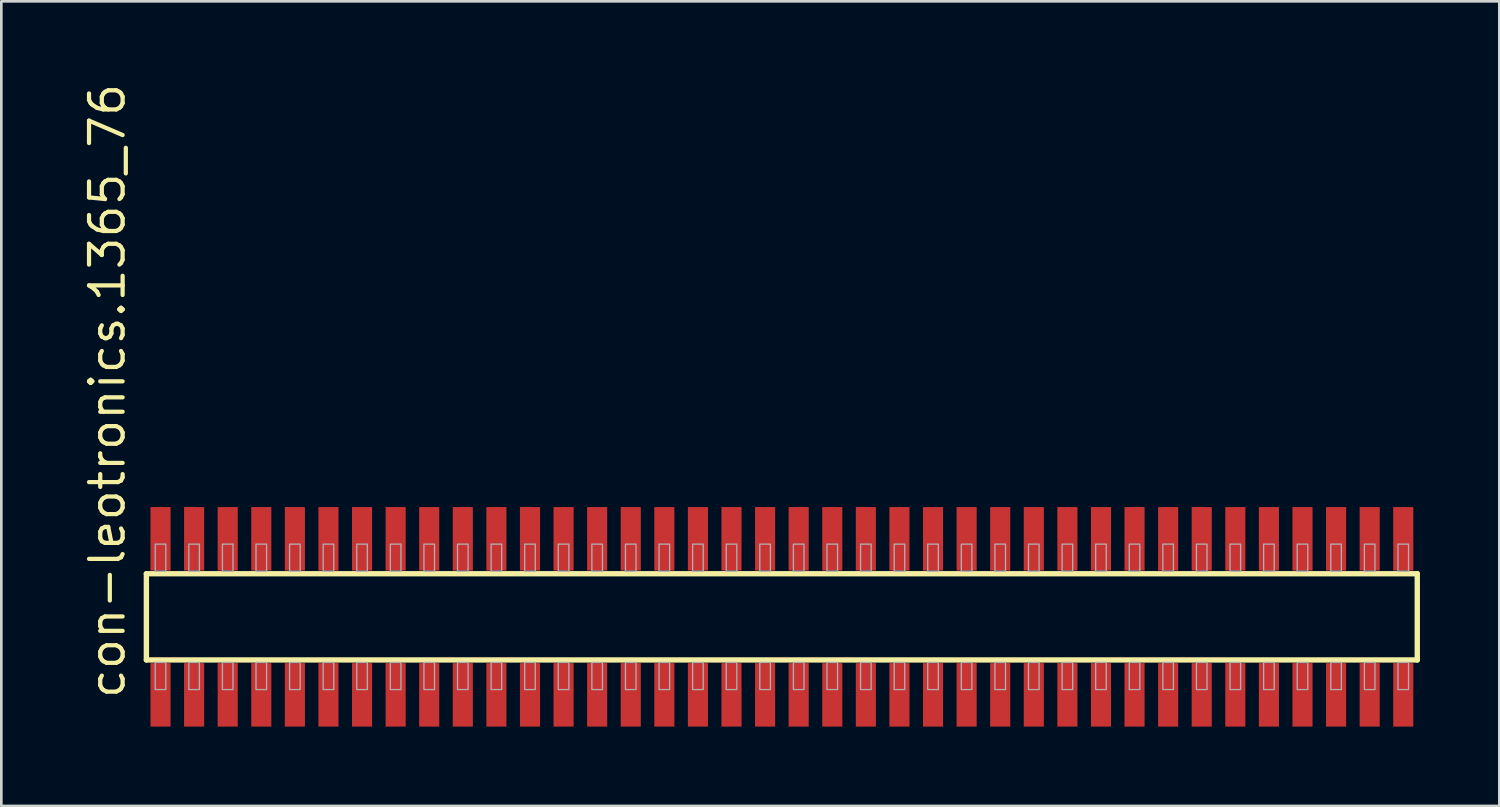
<source format=kicad_pcb>
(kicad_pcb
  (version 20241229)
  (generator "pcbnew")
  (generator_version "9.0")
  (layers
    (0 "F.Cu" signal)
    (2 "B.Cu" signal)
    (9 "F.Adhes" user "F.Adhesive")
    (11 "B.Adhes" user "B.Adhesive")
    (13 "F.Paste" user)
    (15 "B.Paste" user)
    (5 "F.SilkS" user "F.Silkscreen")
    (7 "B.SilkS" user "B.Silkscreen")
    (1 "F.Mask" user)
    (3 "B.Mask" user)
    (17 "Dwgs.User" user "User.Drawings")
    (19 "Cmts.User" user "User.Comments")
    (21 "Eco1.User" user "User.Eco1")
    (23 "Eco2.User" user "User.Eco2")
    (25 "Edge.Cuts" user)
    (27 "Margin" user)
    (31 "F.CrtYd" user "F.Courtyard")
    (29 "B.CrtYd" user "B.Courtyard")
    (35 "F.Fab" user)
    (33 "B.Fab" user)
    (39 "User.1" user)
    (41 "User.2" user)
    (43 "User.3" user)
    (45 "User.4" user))
  (footprint "con-leotronics.1365_76"
    (layer "F.Cu")
    (at 26.515 20.274)
    (property "Reference" "con-leotronics.1365_76" (at -24.765 3.175 90) (layer "F.SilkS") (effects (font (size 1.27 1.27) (thickness 0.16)) (justify left bottom)))
    (attr smd)
    (fp_line (start -24.03 -1.63) (end 24.025 -1.63) (stroke (width 0.203) (type default)) (layer "F.SilkS"))
    (fp_line (start -24.03 1.63) (end -24.03 -1.63) (stroke (width 0.203) (type default)) (layer "F.SilkS"))
    (fp_line (start 24.025 -1.63) (end 24.025 1.63) (stroke (width 0.203) (type default)) (layer "F.SilkS"))
    (fp_line (start 24.025 1.63) (end -24.03 1.63) (stroke (width 0.203) (type default)) (layer "F.SilkS"))
    (fp_rect (start -23.695 -1.725) (end -23.295 -2.75) (stroke (width 0.05) (type default)) (fill no) (layer "F.Fab"))
    (fp_rect (start -23.695 2.75) (end -23.295 1.725) (stroke (width 0.05) (type default)) (fill no) (layer "F.Fab"))
    (fp_rect (start -22.425 -1.725) (end -22.025 -2.75) (stroke (width 0.05) (type default)) (fill no) (layer "F.Fab"))
    (fp_rect (start -22.425 2.75) (end -22.025 1.725) (stroke (width 0.05) (type default)) (fill no) (layer "F.Fab"))
    (fp_rect (start -21.155 -1.725) (end -20.755 -2.75) (stroke (width 0.05) (type default)) (fill no) (layer "F.Fab"))
    (fp_rect (start -21.155 2.75) (end -20.755 1.725) (stroke (width 0.05) (type default)) (fill no) (layer "F.Fab"))
    (fp_rect (start -19.885 -1.725) (end -19.485 -2.75) (stroke (width 0.05) (type default)) (fill no) (layer "F.Fab"))
    (fp_rect (start -19.885 2.75) (end -19.485 1.725) (stroke (width 0.05) (type default)) (fill no) (layer "F.Fab"))
    (fp_rect (start -18.615 -1.725) (end -18.215 -2.75) (stroke (width 0.05) (type default)) (fill no) (layer "F.Fab"))
    (fp_rect (start -18.615 2.75) (end -18.215 1.725) (stroke (width 0.05) (type default)) (fill no) (layer "F.Fab"))
    (fp_rect (start -17.345 -1.725) (end -16.945 -2.75) (stroke (width 0.05) (type default)) (fill no) (layer "F.Fab"))
    (fp_rect (start -17.345 2.75) (end -16.945 1.725) (stroke (width 0.05) (type default)) (fill no) (layer "F.Fab"))
    (fp_rect (start -16.075 -1.725) (end -15.675 -2.75) (stroke (width 0.05) (type default)) (fill no) (layer "F.Fab"))
    (fp_rect (start -16.075 2.75) (end -15.675 1.725) (stroke (width 0.05) (type default)) (fill no) (layer "F.Fab"))
    (fp_rect (start -14.805 -1.725) (end -14.405 -2.75) (stroke (width 0.05) (type default)) (fill no) (layer "F.Fab"))
    (fp_rect (start -14.805 2.75) (end -14.405 1.725) (stroke (width 0.05) (type default)) (fill no) (layer "F.Fab"))
    (fp_rect (start -13.535 -1.725) (end -13.135 -2.75) (stroke (width 0.05) (type default)) (fill no) (layer "F.Fab"))
    (fp_rect (start -13.535 2.75) (end -13.135 1.725) (stroke (width 0.05) (type default)) (fill no) (layer "F.Fab"))
    (fp_rect (start -12.265 -1.725) (end -11.865 -2.75) (stroke (width 0.05) (type default)) (fill no) (layer "F.Fab"))
    (fp_rect (start -12.265 2.75) (end -11.865 1.725) (stroke (width 0.05) (type default)) (fill no) (layer "F.Fab"))
    (fp_rect (start -10.995 -1.725) (end -10.595 -2.75) (stroke (width 0.05) (type default)) (fill no) (layer "F.Fab"))
    (fp_rect (start -10.995 2.75) (end -10.595 1.725) (stroke (width 0.05) (type default)) (fill no) (layer "F.Fab"))
    (fp_rect (start -9.725 -1.725) (end -9.325 -2.75) (stroke (width 0.05) (type default)) (fill no) (layer "F.Fab"))
    (fp_rect (start -9.725 2.75) (end -9.325 1.725) (stroke (width 0.05) (type default)) (fill no) (layer "F.Fab"))
    (fp_rect (start -8.455 -1.725) (end -8.055 -2.75) (stroke (width 0.05) (type default)) (fill no) (layer "F.Fab"))
    (fp_rect (start -8.455 2.75) (end -8.055 1.725) (stroke (width 0.05) (type default)) (fill no) (layer "F.Fab"))
    (fp_rect (start -7.185 -1.725) (end -6.785 -2.75) (stroke (width 0.05) (type default)) (fill no) (layer "F.Fab"))
    (fp_rect (start -7.185 2.75) (end -6.785 1.725) (stroke (width 0.05) (type default)) (fill no) (layer "F.Fab"))
    (fp_rect (start -5.915 -1.725) (end -5.515 -2.75) (stroke (width 0.05) (type default)) (fill no) (layer "F.Fab"))
    (fp_rect (start -5.915 2.75) (end -5.515 1.725) (stroke (width 0.05) (type default)) (fill no) (layer "F.Fab"))
    (fp_rect (start -4.645 -1.725) (end -4.245 -2.75) (stroke (width 0.05) (type default)) (fill no) (layer "F.Fab"))
    (fp_rect (start -4.645 2.75) (end -4.245 1.725) (stroke (width 0.05) (type default)) (fill no) (layer "F.Fab"))
    (fp_rect (start -3.375 -1.725) (end -2.975 -2.75) (stroke (width 0.05) (type default)) (fill no) (layer "F.Fab"))
    (fp_rect (start -3.375 2.75) (end -2.975 1.725) (stroke (width 0.05) (type default)) (fill no) (layer "F.Fab"))
    (fp_rect (start -2.105 -1.725) (end -1.705 -2.75) (stroke (width 0.05) (type default)) (fill no) (layer "F.Fab"))
    (fp_rect (start -2.105 2.75) (end -1.705 1.725) (stroke (width 0.05) (type default)) (fill no) (layer "F.Fab"))
    (fp_rect (start -0.835 -1.725) (end -0.435 -2.75) (stroke (width 0.05) (type default)) (fill no) (layer "F.Fab"))
    (fp_rect (start -0.835 2.75) (end -0.435 1.725) (stroke (width 0.05) (type default)) (fill no) (layer "F.Fab"))
    (fp_rect (start 0.435 -1.725) (end 0.835 -2.75) (stroke (width 0.05) (type default)) (fill no) (layer "F.Fab"))
    (fp_rect (start 0.435 2.75) (end 0.835 1.725) (stroke (width 0.05) (type default)) (fill no) (layer "F.Fab"))
    (fp_rect (start 1.705 -1.725) (end 2.105 -2.75) (stroke (width 0.05) (type default)) (fill no) (layer "F.Fab"))
    (fp_rect (start 1.705 2.75) (end 2.105 1.725) (stroke (width 0.05) (type default)) (fill no) (layer "F.Fab"))
    (fp_rect (start 2.975 -1.725) (end 3.375 -2.75) (stroke (width 0.05) (type default)) (fill no) (layer "F.Fab"))
    (fp_rect (start 2.975 2.75) (end 3.375 1.725) (stroke (width 0.05) (type default)) (fill no) (layer "F.Fab"))
    (fp_rect (start 4.245 -1.725) (end 4.645 -2.75) (stroke (width 0.05) (type default)) (fill no) (layer "F.Fab"))
    (fp_rect (start 4.245 2.75) (end 4.645 1.725) (stroke (width 0.05) (type default)) (fill no) (layer "F.Fab"))
    (fp_rect (start 5.515 -1.725) (end 5.915 -2.75) (stroke (width 0.05) (type default)) (fill no) (layer "F.Fab"))
    (fp_rect (start 5.515 2.75) (end 5.915 1.725) (stroke (width 0.05) (type default)) (fill no) (layer "F.Fab"))
    (fp_rect (start 6.785 -1.725) (end 7.185 -2.75) (stroke (width 0.05) (type default)) (fill no) (layer "F.Fab"))
    (fp_rect (start 6.785 2.75) (end 7.185 1.725) (stroke (width 0.05) (type default)) (fill no) (layer "F.Fab"))
    (fp_rect (start 8.055 -1.725) (end 8.455 -2.75) (stroke (width 0.05) (type default)) (fill no) (layer "F.Fab"))
    (fp_rect (start 8.055 2.75) (end 8.455 1.725) (stroke (width 0.05) (type default)) (fill no) (layer "F.Fab"))
    (fp_rect (start 9.325 -1.725) (end 9.725 -2.75) (stroke (width 0.05) (type default)) (fill no) (layer "F.Fab"))
    (fp_rect (start 9.325 2.75) (end 9.725 1.725) (stroke (width 0.05) (type default)) (fill no) (layer "F.Fab"))
    (fp_rect (start 10.595 -1.725) (end 10.995 -2.75) (stroke (width 0.05) (type default)) (fill no) (layer "F.Fab"))
    (fp_rect (start 10.595 2.75) (end 10.995 1.725) (stroke (width 0.05) (type default)) (fill no) (layer "F.Fab"))
    (fp_rect (start 11.865 -1.725) (end 12.265 -2.75) (stroke (width 0.05) (type default)) (fill no) (layer "F.Fab"))
    (fp_rect (start 11.865 2.75) (end 12.265 1.725) (stroke (width 0.05) (type default)) (fill no) (layer "F.Fab"))
    (fp_rect (start 13.135 -1.725) (end 13.535 -2.75) (stroke (width 0.05) (type default)) (fill no) (layer "F.Fab"))
    (fp_rect (start 13.135 2.75) (end 13.535 1.725) (stroke (width 0.05) (type default)) (fill no) (layer "F.Fab"))
    (fp_rect (start 14.405 -1.725) (end 14.805 -2.75) (stroke (width 0.05) (type default)) (fill no) (layer "F.Fab"))
    (fp_rect (start 14.405 2.75) (end 14.805 1.725) (stroke (width 0.05) (type default)) (fill no) (layer "F.Fab"))
    (fp_rect (start 15.675 -1.725) (end 16.075 -2.75) (stroke (width 0.05) (type default)) (fill no) (layer "F.Fab"))
    (fp_rect (start 15.675 2.75) (end 16.075 1.725) (stroke (width 0.05) (type default)) (fill no) (layer "F.Fab"))
    (fp_rect (start 16.945 -1.725) (end 17.345 -2.75) (stroke (width 0.05) (type default)) (fill no) (layer "F.Fab"))
    (fp_rect (start 16.945 2.75) (end 17.345 1.725) (stroke (width 0.05) (type default)) (fill no) (layer "F.Fab"))
    (fp_rect (start 18.215 -1.725) (end 18.615 -2.75) (stroke (width 0.05) (type default)) (fill no) (layer "F.Fab"))
    (fp_rect (start 18.215 2.75) (end 18.615 1.725) (stroke (width 0.05) (type default)) (fill no) (layer "F.Fab"))
    (fp_rect (start 19.485 -1.725) (end 19.885 -2.75) (stroke (width 0.05) (type default)) (fill no) (layer "F.Fab"))
    (fp_rect (start 19.485 2.75) (end 19.885 1.725) (stroke (width 0.05) (type default)) (fill no) (layer "F.Fab"))
    (fp_rect (start 20.755 -1.725) (end 21.155 -2.75) (stroke (width 0.05) (type default)) (fill no) (layer "F.Fab"))
    (fp_rect (start 20.755 2.75) (end 21.155 1.725) (stroke (width 0.05) (type default)) (fill no) (layer "F.Fab"))
    (fp_rect (start 22.025 -1.725) (end 22.425 -2.75) (stroke (width 0.05) (type default)) (fill no) (layer "F.Fab"))
    (fp_rect (start 22.025 2.75) (end 22.425 1.725) (stroke (width 0.05) (type default)) (fill no) (layer "F.Fab"))
    (fp_rect (start 23.295 -1.725) (end 23.695 -2.75) (stroke (width 0.05) (type default)) (fill no) (layer "F.Fab"))
    (fp_rect (start 23.295 2.75) (end 23.695 1.725) (stroke (width 0.05) (type default)) (fill no) (layer "F.Fab"))
    (pad "1" smd roundrect (at -23.495 2.95) (size 0.76 2.4) (layers "F.Cu" "F.Mask" "F.Paste") (roundrect_rratio 0.01))
    (pad "2" smd roundrect (at -23.495 -2.95) (size 0.76 2.4) (layers "F.Cu" "F.Mask" "F.Paste") (roundrect_rratio 0.01))
    (pad "3" smd roundrect (at -22.225 2.95) (size 0.76 2.4) (layers "F.Cu" "F.Mask" "F.Paste") (roundrect_rratio 0.01))
    (pad "4" smd roundrect (at -22.225 -2.95) (size 0.76 2.4) (layers "F.Cu" "F.Mask" "F.Paste") (roundrect_rratio 0.01))
    (pad "5" smd roundrect (at -20.955 2.95) (size 0.76 2.4) (layers "F.Cu" "F.Mask" "F.Paste") (roundrect_rratio 0.01))
    (pad "6" smd roundrect (at -20.955 -2.95) (size 0.76 2.4) (layers "F.Cu" "F.Mask" "F.Paste") (roundrect_rratio 0.01))
    (pad "7" smd roundrect (at -19.685 2.95) (size 0.76 2.4) (layers "F.Cu" "F.Mask" "F.Paste") (roundrect_rratio 0.01))
    (pad "8" smd roundrect (at -19.685 -2.95) (size 0.76 2.4) (layers "F.Cu" "F.Mask" "F.Paste") (roundrect_rratio 0.01))
    (pad "9" smd roundrect (at -18.415 2.95) (size 0.76 2.4) (layers "F.Cu" "F.Mask" "F.Paste") (roundrect_rratio 0.01))
    (pad "10" smd roundrect (at -18.415 -2.95) (size 0.76 2.4) (layers "F.Cu" "F.Mask" "F.Paste") (roundrect_rratio 0.01))
    (pad "11" smd roundrect (at -17.145 2.95) (size 0.76 2.4) (layers "F.Cu" "F.Mask" "F.Paste") (roundrect_rratio 0.01))
    (pad "12" smd roundrect (at -17.145 -2.95) (size 0.76 2.4) (layers "F.Cu" "F.Mask" "F.Paste") (roundrect_rratio 0.01))
    (pad "13" smd roundrect (at -15.875 2.95) (size 0.76 2.4) (layers "F.Cu" "F.Mask" "F.Paste") (roundrect_rratio 0.01))
    (pad "14" smd roundrect (at -15.875 -2.95) (size 0.76 2.4) (layers "F.Cu" "F.Mask" "F.Paste") (roundrect_rratio 0.01))
    (pad "15" smd roundrect (at -14.605 2.95) (size 0.76 2.4) (layers "F.Cu" "F.Mask" "F.Paste") (roundrect_rratio 0.01))
    (pad "16" smd roundrect (at -14.605 -2.95) (size 0.76 2.4) (layers "F.Cu" "F.Mask" "F.Paste") (roundrect_rratio 0.01))
    (pad "17" smd roundrect (at -13.335 2.95) (size 0.76 2.4) (layers "F.Cu" "F.Mask" "F.Paste") (roundrect_rratio 0.01))
    (pad "18" smd roundrect (at -13.335 -2.95) (size 0.76 2.4) (layers "F.Cu" "F.Mask" "F.Paste") (roundrect_rratio 0.01))
    (pad "19" smd roundrect (at -12.065 2.95) (size 0.76 2.4) (layers "F.Cu" "F.Mask" "F.Paste") (roundrect_rratio 0.01))
    (pad "20" smd roundrect (at -12.065 -2.95) (size 0.76 2.4) (layers "F.Cu" "F.Mask" "F.Paste") (roundrect_rratio 0.01))
    (pad "21" smd roundrect (at -10.795 2.95) (size 0.76 2.4) (layers "F.Cu" "F.Mask" "F.Paste") (roundrect_rratio 0.01))
    (pad "22" smd roundrect (at -10.795 -2.95) (size 0.76 2.4) (layers "F.Cu" "F.Mask" "F.Paste") (roundrect_rratio 0.01))
    (pad "23" smd roundrect (at -9.525 2.95) (size 0.76 2.4) (layers "F.Cu" "F.Mask" "F.Paste") (roundrect_rratio 0.01))
    (pad "24" smd roundrect (at -9.525 -2.95) (size 0.76 2.4) (layers "F.Cu" "F.Mask" "F.Paste") (roundrect_rratio 0.01))
    (pad "25" smd roundrect (at -8.255 2.95) (size 0.76 2.4) (layers "F.Cu" "F.Mask" "F.Paste") (roundrect_rratio 0.01))
    (pad "26" smd roundrect (at -8.255 -2.95) (size 0.76 2.4) (layers "F.Cu" "F.Mask" "F.Paste") (roundrect_rratio 0.01))
    (pad "27" smd roundrect (at -6.985 2.95) (size 0.76 2.4) (layers "F.Cu" "F.Mask" "F.Paste") (roundrect_rratio 0.01))
    (pad "28" smd roundrect (at -6.985 -2.95) (size 0.76 2.4) (layers "F.Cu" "F.Mask" "F.Paste") (roundrect_rratio 0.01))
    (pad "29" smd roundrect (at -5.715 2.95) (size 0.76 2.4) (layers "F.Cu" "F.Mask" "F.Paste") (roundrect_rratio 0.01))
    (pad "30" smd roundrect (at -5.715 -2.95) (size 0.76 2.4) (layers "F.Cu" "F.Mask" "F.Paste") (roundrect_rratio 0.01))
    (pad "31" smd roundrect (at -4.445 2.95) (size 0.76 2.4) (layers "F.Cu" "F.Mask" "F.Paste") (roundrect_rratio 0.01))
    (pad "32" smd roundrect (at -4.445 -2.95) (size 0.76 2.4) (layers "F.Cu" "F.Mask" "F.Paste") (roundrect_rratio 0.01))
    (pad "33" smd roundrect (at -3.175 2.95) (size 0.76 2.4) (layers "F.Cu" "F.Mask" "F.Paste") (roundrect_rratio 0.01))
    (pad "34" smd roundrect (at -3.175 -2.95) (size 0.76 2.4) (layers "F.Cu" "F.Mask" "F.Paste") (roundrect_rratio 0.01))
    (pad "35" smd roundrect (at -1.905 2.95) (size 0.76 2.4) (layers "F.Cu" "F.Mask" "F.Paste") (roundrect_rratio 0.01))
    (pad "36" smd roundrect (at -1.905 -2.95) (size 0.76 2.4) (layers "F.Cu" "F.Mask" "F.Paste") (roundrect_rratio 0.01))
    (pad "37" smd roundrect (at -0.635 2.95) (size 0.76 2.4) (layers "F.Cu" "F.Mask" "F.Paste") (roundrect_rratio 0.01))
    (pad "38" smd roundrect (at -0.635 -2.95) (size 0.76 2.4) (layers "F.Cu" "F.Mask" "F.Paste") (roundrect_rratio 0.01))
    (pad "39" smd roundrect (at 0.635 2.95) (size 0.76 2.4) (layers "F.Cu" "F.Mask" "F.Paste") (roundrect_rratio 0.01))
    (pad "40" smd roundrect (at 0.635 -2.95) (size 0.76 2.4) (layers "F.Cu" "F.Mask" "F.Paste") (roundrect_rratio 0.01))
    (pad "41" smd roundrect (at 1.905 2.95) (size 0.76 2.4) (layers "F.Cu" "F.Mask" "F.Paste") (roundrect_rratio 0.01))
    (pad "42" smd roundrect (at 1.905 -2.95) (size 0.76 2.4) (layers "F.Cu" "F.Mask" "F.Paste") (roundrect_rratio 0.01))
    (pad "43" smd roundrect (at 3.175 2.95) (size 0.76 2.4) (layers "F.Cu" "F.Mask" "F.Paste") (roundrect_rratio 0.01))
    (pad "44" smd roundrect (at 3.175 -2.95) (size 0.76 2.4) (layers "F.Cu" "F.Mask" "F.Paste") (roundrect_rratio 0.01))
    (pad "45" smd roundrect (at 4.445 2.95) (size 0.76 2.4) (layers "F.Cu" "F.Mask" "F.Paste") (roundrect_rratio 0.01))
    (pad "46" smd roundrect (at 4.445 -2.95) (size 0.76 2.4) (layers "F.Cu" "F.Mask" "F.Paste") (roundrect_rratio 0.01))
    (pad "47" smd roundrect (at 5.715 2.95) (size 0.76 2.4) (layers "F.Cu" "F.Mask" "F.Paste") (roundrect_rratio 0.01))
    (pad "48" smd roundrect (at 5.715 -2.95) (size 0.76 2.4) (layers "F.Cu" "F.Mask" "F.Paste") (roundrect_rratio 0.01))
    (pad "49" smd roundrect (at 6.985 2.95) (size 0.76 2.4) (layers "F.Cu" "F.Mask" "F.Paste") (roundrect_rratio 0.01))
    (pad "50" smd roundrect (at 6.985 -2.95) (size 0.76 2.4) (layers "F.Cu" "F.Mask" "F.Paste") (roundrect_rratio 0.01))
    (pad "51" smd roundrect (at 8.255 2.95) (size 0.76 2.4) (layers "F.Cu" "F.Mask" "F.Paste") (roundrect_rratio 0.01))
    (pad "52" smd roundrect (at 8.255 -2.95) (size 0.76 2.4) (layers "F.Cu" "F.Mask" "F.Paste") (roundrect_rratio 0.01))
    (pad "53" smd roundrect (at 9.525 2.95) (size 0.76 2.4) (layers "F.Cu" "F.Mask" "F.Paste") (roundrect_rratio 0.01))
    (pad "54" smd roundrect (at 9.525 -2.95) (size 0.76 2.4) (layers "F.Cu" "F.Mask" "F.Paste") (roundrect_rratio 0.01))
    (pad "55" smd roundrect (at 10.795 2.95) (size 0.76 2.4) (layers "F.Cu" "F.Mask" "F.Paste") (roundrect_rratio 0.01))
    (pad "56" smd roundrect (at 10.795 -2.95) (size 0.76 2.4) (layers "F.Cu" "F.Mask" "F.Paste") (roundrect_rratio 0.01))
    (pad "57" smd roundrect (at 12.065 2.95) (size 0.76 2.4) (layers "F.Cu" "F.Mask" "F.Paste") (roundrect_rratio 0.01))
    (pad "58" smd roundrect (at 12.065 -2.95) (size 0.76 2.4) (layers "F.Cu" "F.Mask" "F.Paste") (roundrect_rratio 0.01))
    (pad "59" smd roundrect (at 13.335 2.95) (size 0.76 2.4) (layers "F.Cu" "F.Mask" "F.Paste") (roundrect_rratio 0.01))
    (pad "60" smd roundrect (at 13.335 -2.95) (size 0.76 2.4) (layers "F.Cu" "F.Mask" "F.Paste") (roundrect_rratio 0.01))
    (pad "61" smd roundrect (at 14.605 2.95) (size 0.76 2.4) (layers "F.Cu" "F.Mask" "F.Paste") (roundrect_rratio 0.01))
    (pad "62" smd roundrect (at 14.605 -2.95) (size 0.76 2.4) (layers "F.Cu" "F.Mask" "F.Paste") (roundrect_rratio 0.01))
    (pad "63" smd roundrect (at 15.875 2.95) (size 0.76 2.4) (layers "F.Cu" "F.Mask" "F.Paste") (roundrect_rratio 0.01))
    (pad "64" smd roundrect (at 15.875 -2.95) (size 0.76 2.4) (layers "F.Cu" "F.Mask" "F.Paste") (roundrect_rratio 0.01))
    (pad "65" smd roundrect (at 17.145 2.95) (size 0.76 2.4) (layers "F.Cu" "F.Mask" "F.Paste") (roundrect_rratio 0.01))
    (pad "66" smd roundrect (at 17.145 -2.95) (size 0.76 2.4) (layers "F.Cu" "F.Mask" "F.Paste") (roundrect_rratio 0.01))
    (pad "67" smd roundrect (at 18.415 2.95) (size 0.76 2.4) (layers "F.Cu" "F.Mask" "F.Paste") (roundrect_rratio 0.01))
    (pad "68" smd roundrect (at 18.415 -2.95) (size 0.76 2.4) (layers "F.Cu" "F.Mask" "F.Paste") (roundrect_rratio 0.01))
    (pad "69" smd roundrect (at 19.685 2.95) (size 0.76 2.4) (layers "F.Cu" "F.Mask" "F.Paste") (roundrect_rratio 0.01))
    (pad "70" smd roundrect (at 19.685 -2.95) (size 0.76 2.4) (layers "F.Cu" "F.Mask" "F.Paste") (roundrect_rratio 0.01))
    (pad "71" smd roundrect (at 20.955 2.95) (size 0.76 2.4) (layers "F.Cu" "F.Mask" "F.Paste") (roundrect_rratio 0.01))
    (pad "72" smd roundrect (at 20.955 -2.95) (size 0.76 2.4) (layers "F.Cu" "F.Mask" "F.Paste") (roundrect_rratio 0.01))
    (pad "73" smd roundrect (at 22.225 2.95) (size 0.76 2.4) (layers "F.Cu" "F.Mask" "F.Paste") (roundrect_rratio 0.01))
    (pad "74" smd roundrect (at 22.225 -2.95) (size 0.76 2.4) (layers "F.Cu" "F.Mask" "F.Paste") (roundrect_rratio 0.01))
    (pad "75" smd roundrect (at 23.495 2.95) (size 0.76 2.4) (layers "F.Cu" "F.Mask" "F.Paste") (roundrect_rratio 0.01))
    (pad "76" smd roundrect (at 23.495 -2.95) (size 0.76 2.4) (layers "F.Cu" "F.Mask" "F.Paste") (roundrect_rratio 0.01)))
  (gr_rect
    (start -3 -3)
    (end 53.642 27.424)
    (stroke (width 0.1) (type default))
    (fill no)
    (layer "Edge.Cuts")))
</source>
